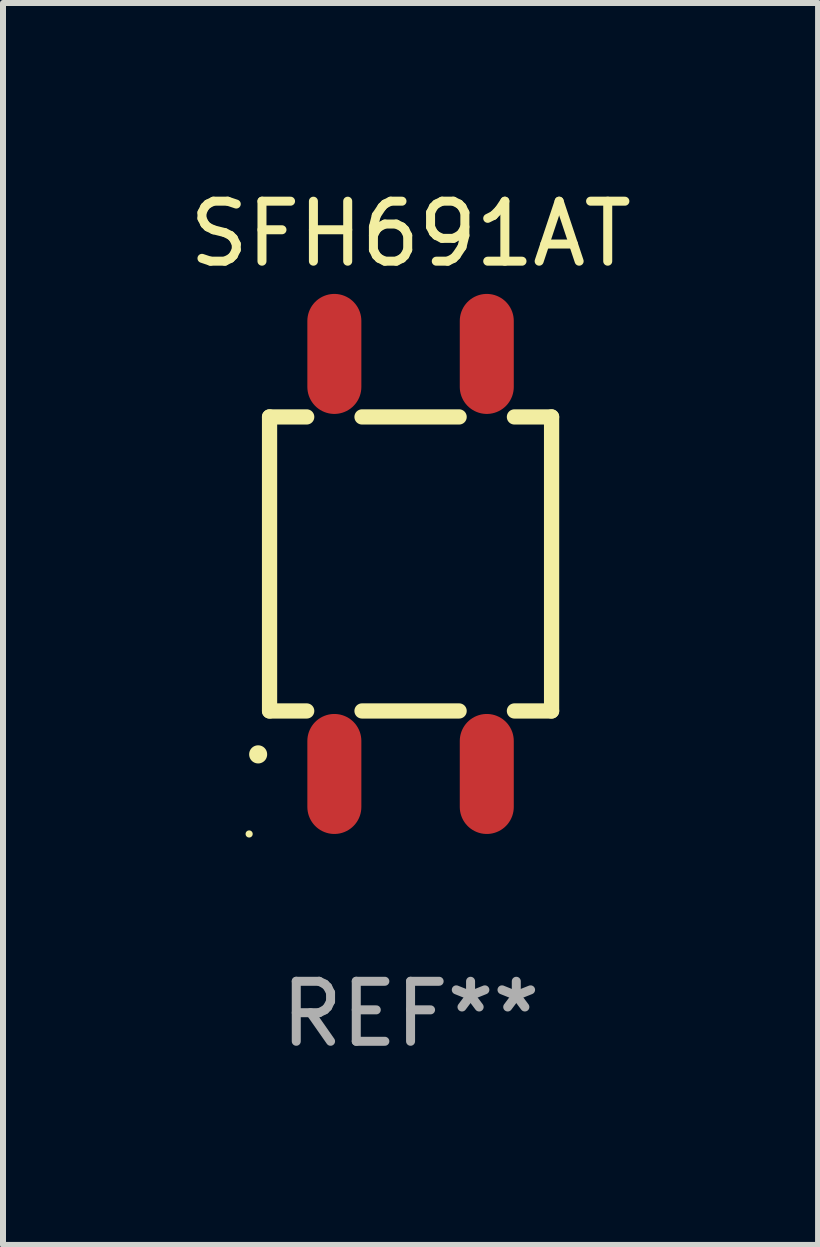
<source format=kicad_pcb>
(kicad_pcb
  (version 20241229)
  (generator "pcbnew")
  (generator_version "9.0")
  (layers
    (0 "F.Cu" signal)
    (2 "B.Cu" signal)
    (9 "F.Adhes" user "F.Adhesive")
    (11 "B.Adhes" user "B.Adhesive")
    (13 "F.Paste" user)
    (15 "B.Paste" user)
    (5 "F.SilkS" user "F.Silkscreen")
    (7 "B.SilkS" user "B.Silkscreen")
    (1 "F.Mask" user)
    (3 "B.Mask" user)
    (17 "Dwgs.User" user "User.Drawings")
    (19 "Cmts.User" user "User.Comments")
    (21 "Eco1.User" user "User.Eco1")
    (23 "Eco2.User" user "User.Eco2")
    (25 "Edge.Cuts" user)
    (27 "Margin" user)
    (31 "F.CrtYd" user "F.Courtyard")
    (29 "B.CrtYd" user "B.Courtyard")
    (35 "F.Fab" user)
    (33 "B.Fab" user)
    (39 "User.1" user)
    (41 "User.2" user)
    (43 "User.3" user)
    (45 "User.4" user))
  (footprint "SFH691AT"
    (layer "F.Cu")
    (at 3.792 6.348)
    (property "Reference" "SFH691AT" (at 0 -5.5 0) (layer "F.SilkS") (effects (font (size 1 1) (thickness 0.15))))
    (attr through_hole)
    (fp_line (start -2.35 -2.45) (end -2.35 2.45) (stroke (width 0.254) (type solid)) (layer "F.SilkS"))
    (fp_line (start -2.35 -2.45) (end -1.731 -2.45) (stroke (width 0.254) (type solid)) (layer "F.SilkS"))
    (fp_line (start -2.35 2.45) (end -1.731 2.45) (stroke (width 0.254) (type solid)) (layer "F.SilkS"))
    (fp_line (start -0.809 -2.45) (end 0.809 -2.45) (stroke (width 0.254) (type solid)) (layer "F.SilkS"))
    (fp_line (start -0.809 2.45) (end 0.809 2.45) (stroke (width 0.254) (type solid)) (layer "F.SilkS"))
    (fp_line (start 1.731 -2.45) (end 2.35 -2.45) (stroke (width 0.254) (type solid)) (layer "F.SilkS"))
    (fp_line (start 1.731 2.45) (end 2.35 2.45) (stroke (width 0.254) (type solid)) (layer "F.SilkS"))
    (fp_line (start 2.35 -2.45) (end 2.35 2.45) (stroke (width 0.254) (type solid)) (layer "F.SilkS"))
    (fp_arc (start -2.540005 3.174879) (mid -2.54001 3.173609) (end -2.540005 3.172339) (stroke (width 0.3) (type solid)) (layer "F.SilkS"))
    (fp_circle (center -2.69 4.5) (end -2.66 4.5) (stroke (width 0.06) (type solid)) (fill no) (layer "F.SilkS"))
    (fp_text user "REF**" (at 0 7.5 0) (layer "F.Fab") (effects (font (size 1 1) (thickness 0.15))))
    (pad "1" smd oval (at -1.27 3.5 180) (size 0.9 2) (layers "F.Cu" "F.Mask" "F.Paste"))
    (pad "2" smd oval (at 1.27 3.5 180) (size 0.9 2) (layers "F.Cu" "F.Mask" "F.Paste"))
    (pad "3" smd oval (at 1.27 -3.5 180) (size 0.9 2) (layers "F.Cu" "F.Mask" "F.Paste"))
    (pad "4" smd oval (at -1.27 -3.5 180) (size 0.9 2) (layers "F.Cu" "F.Mask" "F.Paste")))
  (gr_rect
    (start -3 -3)
    (end 10.583 17.697)
    (stroke (width 0.1) (type default))
    (fill no)
    (layer "Edge.Cuts")))
</source>
